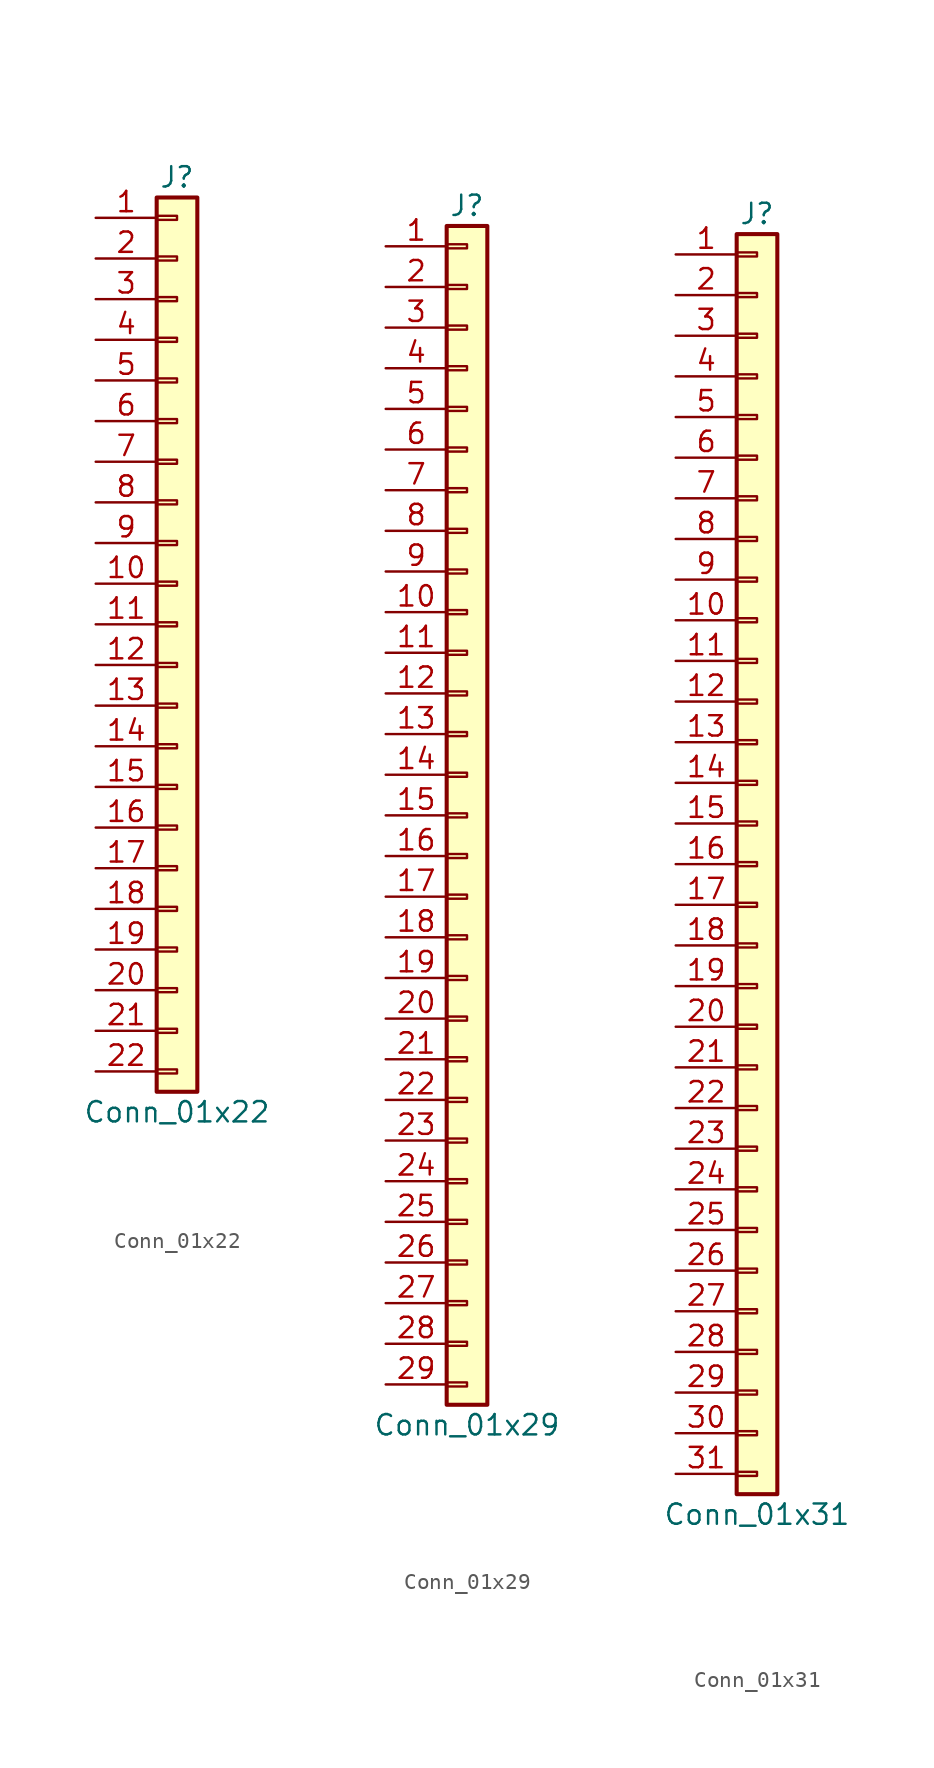
<source format=kicad_sym>
(kicad_symbol_lib
  (version 20211014)
  (generator kicad_symbol_editor)
  (symbol "Conn_01x22"
    (pin_names
      (offset 1.016) hide)
    (property "Reference" "J"
      (at 0 27.94 0)
      (effects (font (size 1.27 1.27))))
    (property "Value" "Conn_01x22"
      (at 0 -30.48 0)
      (effects (font (size 1.27 1.27))))
    (symbol "Conn_01x22_1_1"
      (rectangle (start -1.27 -27.813) (end 0 -28.067) (stroke (width 0.152) (type default) (color 0 0 0 0)) (fill (type none)))
      (rectangle (start -1.27 -25.273) (end 0 -25.527) (stroke (width 0.152) (type default) (color 0 0 0 0)) (fill (type none)))
      (rectangle (start -1.27 -22.733) (end 0 -22.987) (stroke (width 0.152) (type default) (color 0 0 0 0)) (fill (type none)))
      (rectangle (start -1.27 -20.193) (end 0 -20.447) (stroke (width 0.152) (type default) (color 0 0 0 0)) (fill (type none)))
      (rectangle (start -1.27 -17.653) (end 0 -17.907) (stroke (width 0.152) (type default) (color 0 0 0 0)) (fill (type none)))
      (rectangle (start -1.27 -15.113) (end 0 -15.367) (stroke (width 0.152) (type default) (color 0 0 0 0)) (fill (type none)))
      (rectangle (start -1.27 -12.573) (end 0 -12.827) (stroke (width 0.152) (type default) (color 0 0 0 0)) (fill (type none)))
      (rectangle (start -1.27 -10.033) (end 0 -10.287) (stroke (width 0.152) (type default) (color 0 0 0 0)) (fill (type none)))
      (rectangle (start -1.27 -7.493) (end 0 -7.747) (stroke (width 0.152) (type default) (color 0 0 0 0)) (fill (type none)))
      (rectangle (start -1.27 -4.953) (end 0 -5.207) (stroke (width 0.152) (type default) (color 0 0 0 0)) (fill (type none)))
      (rectangle (start -1.27 -2.413) (end 0 -2.667) (stroke (width 0.152) (type default) (color 0 0 0 0)) (fill (type none)))
      (rectangle (start -1.27 0.127) (end 0 -0.127) (stroke (width 0.152) (type default) (color 0 0 0 0)) (fill (type none)))
      (rectangle (start -1.27 2.667) (end 0 2.413) (stroke (width 0.152) (type default) (color 0 0 0 0)) (fill (type none)))
      (rectangle (start -1.27 5.207) (end 0 4.953) (stroke (width 0.152) (type default) (color 0 0 0 0)) (fill (type none)))
      (rectangle (start -1.27 7.747) (end 0 7.493) (stroke (width 0.152) (type default) (color 0 0 0 0)) (fill (type none)))
      (rectangle (start -1.27 10.287) (end 0 10.033) (stroke (width 0.152) (type default) (color 0 0 0 0)) (fill (type none)))
      (rectangle (start -1.27 12.827) (end 0 12.573) (stroke (width 0.152) (type default) (color 0 0 0 0)) (fill (type none)))
      (rectangle (start -1.27 15.367) (end 0 15.113) (stroke (width 0.152) (type default) (color 0 0 0 0)) (fill (type none)))
      (rectangle (start -1.27 17.907) (end 0 17.653) (stroke (width 0.152) (type default) (color 0 0 0 0)) (fill (type none)))
      (rectangle (start -1.27 20.447) (end 0 20.193) (stroke (width 0.152) (type default) (color 0 0 0 0)) (fill (type none)))
      (rectangle (start -1.27 22.987) (end 0 22.733) (stroke (width 0.152) (type default) (color 0 0 0 0)) (fill (type none)))
      (rectangle (start -1.27 25.527) (end 0 25.273) (stroke (width 0.152) (type default) (color 0 0 0 0)) (fill (type none)))
      (rectangle (start -1.27 26.67) (end 1.27 -29.21) (stroke (width 0.254) (type default) (color 0 0 0 0)) (fill (type background)))
      (pin passive line (at -5.08 25.4 0) (length 3.81) (name "Pin_1" (effects (font (size 1.27 1.27)))) (number "1" (effects (font (size 1.27 1.27)))))
      (pin passive line (at -5.08 2.54 0) (length 3.81) (name "Pin_10" (effects (font (size 1.27 1.27)))) (number "10" (effects (font (size 1.27 1.27)))))
      (pin passive line (at -5.08 0 0) (length 3.81) (name "Pin_11" (effects (font (size 1.27 1.27)))) (number "11" (effects (font (size 1.27 1.27)))))
      (pin passive line (at -5.08 -2.54 0) (length 3.81) (name "Pin_12" (effects (font (size 1.27 1.27)))) (number "12" (effects (font (size 1.27 1.27)))))
      (pin passive line (at -5.08 -5.08 0) (length 3.81) (name "Pin_13" (effects (font (size 1.27 1.27)))) (number "13" (effects (font (size 1.27 1.27)))))
      (pin passive line (at -5.08 -7.62 0) (length 3.81) (name "Pin_14" (effects (font (size 1.27 1.27)))) (number "14" (effects (font (size 1.27 1.27)))))
      (pin passive line (at -5.08 -10.16 0) (length 3.81) (name "Pin_15" (effects (font (size 1.27 1.27)))) (number "15" (effects (font (size 1.27 1.27)))))
      (pin passive line (at -5.08 -12.7 0) (length 3.81) (name "Pin_16" (effects (font (size 1.27 1.27)))) (number "16" (effects (font (size 1.27 1.27)))))
      (pin passive line (at -5.08 -15.24 0) (length 3.81) (name "Pin_17" (effects (font (size 1.27 1.27)))) (number "17" (effects (font (size 1.27 1.27)))))
      (pin passive line (at -5.08 -17.78 0) (length 3.81) (name "Pin_18" (effects (font (size 1.27 1.27)))) (number "18" (effects (font (size 1.27 1.27)))))
      (pin passive line (at -5.08 -20.32 0) (length 3.81) (name "Pin_19" (effects (font (size 1.27 1.27)))) (number "19" (effects (font (size 1.27 1.27)))))
      (pin passive line (at -5.08 22.86 0) (length 3.81) (name "Pin_2" (effects (font (size 1.27 1.27)))) (number "2" (effects (font (size 1.27 1.27)))))
      (pin passive line (at -5.08 -22.86 0) (length 3.81) (name "Pin_20" (effects (font (size 1.27 1.27)))) (number "20" (effects (font (size 1.27 1.27)))))
      (pin passive line (at -5.08 -25.4 0) (length 3.81) (name "Pin_21" (effects (font (size 1.27 1.27)))) (number "21" (effects (font (size 1.27 1.27)))))
      (pin passive line (at -5.08 -27.94 0) (length 3.81) (name "Pin_22" (effects (font (size 1.27 1.27)))) (number "22" (effects (font (size 1.27 1.27)))))
      (pin passive line (at -5.08 20.32 0) (length 3.81) (name "Pin_3" (effects (font (size 1.27 1.27)))) (number "3" (effects (font (size 1.27 1.27)))))
      (pin passive line (at -5.08 17.78 0) (length 3.81) (name "Pin_4" (effects (font (size 1.27 1.27)))) (number "4" (effects (font (size 1.27 1.27)))))
      (pin passive line (at -5.08 15.24 0) (length 3.81) (name "Pin_5" (effects (font (size 1.27 1.27)))) (number "5" (effects (font (size 1.27 1.27)))))
      (pin passive line (at -5.08 12.7 0) (length 3.81) (name "Pin_6" (effects (font (size 1.27 1.27)))) (number "6" (effects (font (size 1.27 1.27)))))
      (pin passive line (at -5.08 10.16 0) (length 3.81) (name "Pin_7" (effects (font (size 1.27 1.27)))) (number "7" (effects (font (size 1.27 1.27)))))
      (pin passive line (at -5.08 7.62 0) (length 3.81) (name "Pin_8" (effects (font (size 1.27 1.27)))) (number "8" (effects (font (size 1.27 1.27)))))
      (pin passive line (at -5.08 5.08 0) (length 3.81) (name "Pin_9" (effects (font (size 1.27 1.27)))) (number "9" (effects (font (size 1.27 1.27)))))))
  (symbol "Conn_01x29"
    (pin_names
      (offset 1.016) hide)
    (property "Reference" "J"
      (at 0 38.1 0)
      (effects (font (size 1.27 1.27))))
    (property "Value" "Conn_01x29"
      (at 0 -38.1 0)
      (effects (font (size 1.27 1.27))))
    (symbol "Conn_01x29_1_1"
      (rectangle (start -1.27 -35.433) (end 0 -35.687) (stroke (width 0.152) (type default) (color 0 0 0 0)) (fill (type none)))
      (rectangle (start -1.27 -32.893) (end 0 -33.147) (stroke (width 0.152) (type default) (color 0 0 0 0)) (fill (type none)))
      (rectangle (start -1.27 -30.353) (end 0 -30.607) (stroke (width 0.152) (type default) (color 0 0 0 0)) (fill (type none)))
      (rectangle (start -1.27 -27.813) (end 0 -28.067) (stroke (width 0.152) (type default) (color 0 0 0 0)) (fill (type none)))
      (rectangle (start -1.27 -25.273) (end 0 -25.527) (stroke (width 0.152) (type default) (color 0 0 0 0)) (fill (type none)))
      (rectangle (start -1.27 -22.733) (end 0 -22.987) (stroke (width 0.152) (type default) (color 0 0 0 0)) (fill (type none)))
      (rectangle (start -1.27 -20.193) (end 0 -20.447) (stroke (width 0.152) (type default) (color 0 0 0 0)) (fill (type none)))
      (rectangle (start -1.27 -17.653) (end 0 -17.907) (stroke (width 0.152) (type default) (color 0 0 0 0)) (fill (type none)))
      (rectangle (start -1.27 -15.113) (end 0 -15.367) (stroke (width 0.152) (type default) (color 0 0 0 0)) (fill (type none)))
      (rectangle (start -1.27 -12.573) (end 0 -12.827) (stroke (width 0.152) (type default) (color 0 0 0 0)) (fill (type none)))
      (rectangle (start -1.27 -10.033) (end 0 -10.287) (stroke (width 0.152) (type default) (color 0 0 0 0)) (fill (type none)))
      (rectangle (start -1.27 -7.493) (end 0 -7.747) (stroke (width 0.152) (type default) (color 0 0 0 0)) (fill (type none)))
      (rectangle (start -1.27 -4.953) (end 0 -5.207) (stroke (width 0.152) (type default) (color 0 0 0 0)) (fill (type none)))
      (rectangle (start -1.27 -2.413) (end 0 -2.667) (stroke (width 0.152) (type default) (color 0 0 0 0)) (fill (type none)))
      (rectangle (start -1.27 0.127) (end 0 -0.127) (stroke (width 0.152) (type default) (color 0 0 0 0)) (fill (type none)))
      (rectangle (start -1.27 2.667) (end 0 2.413) (stroke (width 0.152) (type default) (color 0 0 0 0)) (fill (type none)))
      (rectangle (start -1.27 5.207) (end 0 4.953) (stroke (width 0.152) (type default) (color 0 0 0 0)) (fill (type none)))
      (rectangle (start -1.27 7.747) (end 0 7.493) (stroke (width 0.152) (type default) (color 0 0 0 0)) (fill (type none)))
      (rectangle (start -1.27 10.287) (end 0 10.033) (stroke (width 0.152) (type default) (color 0 0 0 0)) (fill (type none)))
      (rectangle (start -1.27 12.827) (end 0 12.573) (stroke (width 0.152) (type default) (color 0 0 0 0)) (fill (type none)))
      (rectangle (start -1.27 15.367) (end 0 15.113) (stroke (width 0.152) (type default) (color 0 0 0 0)) (fill (type none)))
      (rectangle (start -1.27 17.907) (end 0 17.653) (stroke (width 0.152) (type default) (color 0 0 0 0)) (fill (type none)))
      (rectangle (start -1.27 20.447) (end 0 20.193) (stroke (width 0.152) (type default) (color 0 0 0 0)) (fill (type none)))
      (rectangle (start -1.27 22.987) (end 0 22.733) (stroke (width 0.152) (type default) (color 0 0 0 0)) (fill (type none)))
      (rectangle (start -1.27 25.527) (end 0 25.273) (stroke (width 0.152) (type default) (color 0 0 0 0)) (fill (type none)))
      (rectangle (start -1.27 28.067) (end 0 27.813) (stroke (width 0.152) (type default) (color 0 0 0 0)) (fill (type none)))
      (rectangle (start -1.27 30.607) (end 0 30.353) (stroke (width 0.152) (type default) (color 0 0 0 0)) (fill (type none)))
      (rectangle (start -1.27 33.147) (end 0 32.893) (stroke (width 0.152) (type default) (color 0 0 0 0)) (fill (type none)))
      (rectangle (start -1.27 35.687) (end 0 35.433) (stroke (width 0.152) (type default) (color 0 0 0 0)) (fill (type none)))
      (rectangle (start -1.27 36.83) (end 1.27 -36.83) (stroke (width 0.254) (type default) (color 0 0 0 0)) (fill (type background)))
      (pin passive line (at -5.08 35.56 0) (length 3.81) (name "Pin_1" (effects (font (size 1.27 1.27)))) (number "1" (effects (font (size 1.27 1.27)))))
      (pin passive line (at -5.08 12.7 0) (length 3.81) (name "Pin_10" (effects (font (size 1.27 1.27)))) (number "10" (effects (font (size 1.27 1.27)))))
      (pin passive line (at -5.08 10.16 0) (length 3.81) (name "Pin_11" (effects (font (size 1.27 1.27)))) (number "11" (effects (font (size 1.27 1.27)))))
      (pin passive line (at -5.08 7.62 0) (length 3.81) (name "Pin_12" (effects (font (size 1.27 1.27)))) (number "12" (effects (font (size 1.27 1.27)))))
      (pin passive line (at -5.08 5.08 0) (length 3.81) (name "Pin_13" (effects (font (size 1.27 1.27)))) (number "13" (effects (font (size 1.27 1.27)))))
      (pin passive line (at -5.08 2.54 0) (length 3.81) (name "Pin_14" (effects (font (size 1.27 1.27)))) (number "14" (effects (font (size 1.27 1.27)))))
      (pin passive line (at -5.08 0 0) (length 3.81) (name "Pin_15" (effects (font (size 1.27 1.27)))) (number "15" (effects (font (size 1.27 1.27)))))
      (pin passive line (at -5.08 -2.54 0) (length 3.81) (name "Pin_16" (effects (font (size 1.27 1.27)))) (number "16" (effects (font (size 1.27 1.27)))))
      (pin passive line (at -5.08 -5.08 0) (length 3.81) (name "Pin_17" (effects (font (size 1.27 1.27)))) (number "17" (effects (font (size 1.27 1.27)))))
      (pin passive line (at -5.08 -7.62 0) (length 3.81) (name "Pin_18" (effects (font (size 1.27 1.27)))) (number "18" (effects (font (size 1.27 1.27)))))
      (pin passive line (at -5.08 -10.16 0) (length 3.81) (name "Pin_19" (effects (font (size 1.27 1.27)))) (number "19" (effects (font (size 1.27 1.27)))))
      (pin passive line (at -5.08 33.02 0) (length 3.81) (name "Pin_2" (effects (font (size 1.27 1.27)))) (number "2" (effects (font (size 1.27 1.27)))))
      (pin passive line (at -5.08 -12.7 0) (length 3.81) (name "Pin_20" (effects (font (size 1.27 1.27)))) (number "20" (effects (font (size 1.27 1.27)))))
      (pin passive line (at -5.08 -15.24 0) (length 3.81) (name "Pin_21" (effects (font (size 1.27 1.27)))) (number "21" (effects (font (size 1.27 1.27)))))
      (pin passive line (at -5.08 -17.78 0) (length 3.81) (name "Pin_22" (effects (font (size 1.27 1.27)))) (number "22" (effects (font (size 1.27 1.27)))))
      (pin passive line (at -5.08 -20.32 0) (length 3.81) (name "Pin_23" (effects (font (size 1.27 1.27)))) (number "23" (effects (font (size 1.27 1.27)))))
      (pin passive line (at -5.08 -22.86 0) (length 3.81) (name "Pin_24" (effects (font (size 1.27 1.27)))) (number "24" (effects (font (size 1.27 1.27)))))
      (pin passive line (at -5.08 -25.4 0) (length 3.81) (name "Pin_25" (effects (font (size 1.27 1.27)))) (number "25" (effects (font (size 1.27 1.27)))))
      (pin passive line (at -5.08 -27.94 0) (length 3.81) (name "Pin_26" (effects (font (size 1.27 1.27)))) (number "26" (effects (font (size 1.27 1.27)))))
      (pin passive line (at -5.08 -30.48 0) (length 3.81) (name "Pin_27" (effects (font (size 1.27 1.27)))) (number "27" (effects (font (size 1.27 1.27)))))
      (pin passive line (at -5.08 -33.02 0) (length 3.81) (name "Pin_28" (effects (font (size 1.27 1.27)))) (number "28" (effects (font (size 1.27 1.27)))))
      (pin passive line (at -5.08 -35.56 0) (length 3.81) (name "Pin_29" (effects (font (size 1.27 1.27)))) (number "29" (effects (font (size 1.27 1.27)))))
      (pin passive line (at -5.08 30.48 0) (length 3.81) (name "Pin_3" (effects (font (size 1.27 1.27)))) (number "3" (effects (font (size 1.27 1.27)))))
      (pin passive line (at -5.08 27.94 0) (length 3.81) (name "Pin_4" (effects (font (size 1.27 1.27)))) (number "4" (effects (font (size 1.27 1.27)))))
      (pin passive line (at -5.08 25.4 0) (length 3.81) (name "Pin_5" (effects (font (size 1.27 1.27)))) (number "5" (effects (font (size 1.27 1.27)))))
      (pin passive line (at -5.08 22.86 0) (length 3.81) (name "Pin_6" (effects (font (size 1.27 1.27)))) (number "6" (effects (font (size 1.27 1.27)))))
      (pin passive line (at -5.08 20.32 0) (length 3.81) (name "Pin_7" (effects (font (size 1.27 1.27)))) (number "7" (effects (font (size 1.27 1.27)))))
      (pin passive line (at -5.08 17.78 0) (length 3.81) (name "Pin_8" (effects (font (size 1.27 1.27)))) (number "8" (effects (font (size 1.27 1.27)))))
      (pin passive line (at -5.08 15.24 0) (length 3.81) (name "Pin_9" (effects (font (size 1.27 1.27)))) (number "9" (effects (font (size 1.27 1.27)))))))
  (symbol "Conn_01x31"
    (pin_names
      (offset 1.016) hide)
    (property "Reference" "J"
      (at 0 40.64 0)
      (effects (font (size 1.27 1.27))))
    (property "Value" "Conn_01x31"
      (at 0 -40.64 0)
      (effects (font (size 1.27 1.27))))
    (symbol "Conn_01x31_1_1"
      (rectangle (start -1.27 -37.973) (end 0 -38.227) (stroke (width 0.152) (type default) (color 0 0 0 0)) (fill (type none)))
      (rectangle (start -1.27 -35.433) (end 0 -35.687) (stroke (width 0.152) (type default) (color 0 0 0 0)) (fill (type none)))
      (rectangle (start -1.27 -32.893) (end 0 -33.147) (stroke (width 0.152) (type default) (color 0 0 0 0)) (fill (type none)))
      (rectangle (start -1.27 -30.353) (end 0 -30.607) (stroke (width 0.152) (type default) (color 0 0 0 0)) (fill (type none)))
      (rectangle (start -1.27 -27.813) (end 0 -28.067) (stroke (width 0.152) (type default) (color 0 0 0 0)) (fill (type none)))
      (rectangle (start -1.27 -25.273) (end 0 -25.527) (stroke (width 0.152) (type default) (color 0 0 0 0)) (fill (type none)))
      (rectangle (start -1.27 -22.733) (end 0 -22.987) (stroke (width 0.152) (type default) (color 0 0 0 0)) (fill (type none)))
      (rectangle (start -1.27 -20.193) (end 0 -20.447) (stroke (width 0.152) (type default) (color 0 0 0 0)) (fill (type none)))
      (rectangle (start -1.27 -17.653) (end 0 -17.907) (stroke (width 0.152) (type default) (color 0 0 0 0)) (fill (type none)))
      (rectangle (start -1.27 -15.113) (end 0 -15.367) (stroke (width 0.152) (type default) (color 0 0 0 0)) (fill (type none)))
      (rectangle (start -1.27 -12.573) (end 0 -12.827) (stroke (width 0.152) (type default) (color 0 0 0 0)) (fill (type none)))
      (rectangle (start -1.27 -10.033) (end 0 -10.287) (stroke (width 0.152) (type default) (color 0 0 0 0)) (fill (type none)))
      (rectangle (start -1.27 -7.493) (end 0 -7.747) (stroke (width 0.152) (type default) (color 0 0 0 0)) (fill (type none)))
      (rectangle (start -1.27 -4.953) (end 0 -5.207) (stroke (width 0.152) (type default) (color 0 0 0 0)) (fill (type none)))
      (rectangle (start -1.27 -2.413) (end 0 -2.667) (stroke (width 0.152) (type default) (color 0 0 0 0)) (fill (type none)))
      (rectangle (start -1.27 0.127) (end 0 -0.127) (stroke (width 0.152) (type default) (color 0 0 0 0)) (fill (type none)))
      (rectangle (start -1.27 2.667) (end 0 2.413) (stroke (width 0.152) (type default) (color 0 0 0 0)) (fill (type none)))
      (rectangle (start -1.27 5.207) (end 0 4.953) (stroke (width 0.152) (type default) (color 0 0 0 0)) (fill (type none)))
      (rectangle (start -1.27 7.747) (end 0 7.493) (stroke (width 0.152) (type default) (color 0 0 0 0)) (fill (type none)))
      (rectangle (start -1.27 10.287) (end 0 10.033) (stroke (width 0.152) (type default) (color 0 0 0 0)) (fill (type none)))
      (rectangle (start -1.27 12.827) (end 0 12.573) (stroke (width 0.152) (type default) (color 0 0 0 0)) (fill (type none)))
      (rectangle (start -1.27 15.367) (end 0 15.113) (stroke (width 0.152) (type default) (color 0 0 0 0)) (fill (type none)))
      (rectangle (start -1.27 17.907) (end 0 17.653) (stroke (width 0.152) (type default) (color 0 0 0 0)) (fill (type none)))
      (rectangle (start -1.27 20.447) (end 0 20.193) (stroke (width 0.152) (type default) (color 0 0 0 0)) (fill (type none)))
      (rectangle (start -1.27 22.987) (end 0 22.733) (stroke (width 0.152) (type default) (color 0 0 0 0)) (fill (type none)))
      (rectangle (start -1.27 25.527) (end 0 25.273) (stroke (width 0.152) (type default) (color 0 0 0 0)) (fill (type none)))
      (rectangle (start -1.27 28.067) (end 0 27.813) (stroke (width 0.152) (type default) (color 0 0 0 0)) (fill (type none)))
      (rectangle (start -1.27 30.607) (end 0 30.353) (stroke (width 0.152) (type default) (color 0 0 0 0)) (fill (type none)))
      (rectangle (start -1.27 33.147) (end 0 32.893) (stroke (width 0.152) (type default) (color 0 0 0 0)) (fill (type none)))
      (rectangle (start -1.27 35.687) (end 0 35.433) (stroke (width 0.152) (type default) (color 0 0 0 0)) (fill (type none)))
      (rectangle (start -1.27 38.227) (end 0 37.973) (stroke (width 0.152) (type default) (color 0 0 0 0)) (fill (type none)))
      (rectangle (start -1.27 39.37) (end 1.27 -39.37) (stroke (width 0.254) (type default) (color 0 0 0 0)) (fill (type background)))
      (pin passive line (at -5.08 38.1 0) (length 3.81) (name "Pin_1" (effects (font (size 1.27 1.27)))) (number "1" (effects (font (size 1.27 1.27)))))
      (pin passive line (at -5.08 15.24 0) (length 3.81) (name "Pin_10" (effects (font (size 1.27 1.27)))) (number "10" (effects (font (size 1.27 1.27)))))
      (pin passive line (at -5.08 12.7 0) (length 3.81) (name "Pin_11" (effects (font (size 1.27 1.27)))) (number "11" (effects (font (size 1.27 1.27)))))
      (pin passive line (at -5.08 10.16 0) (length 3.81) (name "Pin_12" (effects (font (size 1.27 1.27)))) (number "12" (effects (font (size 1.27 1.27)))))
      (pin passive line (at -5.08 7.62 0) (length 3.81) (name "Pin_13" (effects (font (size 1.27 1.27)))) (number "13" (effects (font (size 1.27 1.27)))))
      (pin passive line (at -5.08 5.08 0) (length 3.81) (name "Pin_14" (effects (font (size 1.27 1.27)))) (number "14" (effects (font (size 1.27 1.27)))))
      (pin passive line (at -5.08 2.54 0) (length 3.81) (name "Pin_15" (effects (font (size 1.27 1.27)))) (number "15" (effects (font (size 1.27 1.27)))))
      (pin passive line (at -5.08 0 0) (length 3.81) (name "Pin_16" (effects (font (size 1.27 1.27)))) (number "16" (effects (font (size 1.27 1.27)))))
      (pin passive line (at -5.08 -2.54 0) (length 3.81) (name "Pin_17" (effects (font (size 1.27 1.27)))) (number "17" (effects (font (size 1.27 1.27)))))
      (pin passive line (at -5.08 -5.08 0) (length 3.81) (name "Pin_18" (effects (font (size 1.27 1.27)))) (number "18" (effects (font (size 1.27 1.27)))))
      (pin passive line (at -5.08 -7.62 0) (length 3.81) (name "Pin_19" (effects (font (size 1.27 1.27)))) (number "19" (effects (font (size 1.27 1.27)))))
      (pin passive line (at -5.08 35.56 0) (length 3.81) (name "Pin_2" (effects (font (size 1.27 1.27)))) (number "2" (effects (font (size 1.27 1.27)))))
      (pin passive line (at -5.08 -10.16 0) (length 3.81) (name "Pin_20" (effects (font (size 1.27 1.27)))) (number "20" (effects (font (size 1.27 1.27)))))
      (pin passive line (at -5.08 -12.7 0) (length 3.81) (name "Pin_21" (effects (font (size 1.27 1.27)))) (number "21" (effects (font (size 1.27 1.27)))))
      (pin passive line (at -5.08 -15.24 0) (length 3.81) (name "Pin_22" (effects (font (size 1.27 1.27)))) (number "22" (effects (font (size 1.27 1.27)))))
      (pin passive line (at -5.08 -17.78 0) (length 3.81) (name "Pin_23" (effects (font (size 1.27 1.27)))) (number "23" (effects (font (size 1.27 1.27)))))
      (pin passive line (at -5.08 -20.32 0) (length 3.81) (name "Pin_24" (effects (font (size 1.27 1.27)))) (number "24" (effects (font (size 1.27 1.27)))))
      (pin passive line (at -5.08 -22.86 0) (length 3.81) (name "Pin_25" (effects (font (size 1.27 1.27)))) (number "25" (effects (font (size 1.27 1.27)))))
      (pin passive line (at -5.08 -25.4 0) (length 3.81) (name "Pin_26" (effects (font (size 1.27 1.27)))) (number "26" (effects (font (size 1.27 1.27)))))
      (pin passive line (at -5.08 -27.94 0) (length 3.81) (name "Pin_27" (effects (font (size 1.27 1.27)))) (number "27" (effects (font (size 1.27 1.27)))))
      (pin passive line (at -5.08 -30.48 0) (length 3.81) (name "Pin_28" (effects (font (size 1.27 1.27)))) (number "28" (effects (font (size 1.27 1.27)))))
      (pin passive line (at -5.08 -33.02 0) (length 3.81) (name "Pin_29" (effects (font (size 1.27 1.27)))) (number "29" (effects (font (size 1.27 1.27)))))
      (pin passive line (at -5.08 33.02 0) (length 3.81) (name "Pin_3" (effects (font (size 1.27 1.27)))) (number "3" (effects (font (size 1.27 1.27)))))
      (pin passive line (at -5.08 -35.56 0) (length 3.81) (name "Pin_30" (effects (font (size 1.27 1.27)))) (number "30" (effects (font (size 1.27 1.27)))))
      (pin passive line (at -5.08 -38.1 0) (length 3.81) (name "Pin_31" (effects (font (size 1.27 1.27)))) (number "31" (effects (font (size 1.27 1.27)))))
      (pin passive line (at -5.08 30.48 0) (length 3.81) (name "Pin_4" (effects (font (size 1.27 1.27)))) (number "4" (effects (font (size 1.27 1.27)))))
      (pin passive line (at -5.08 27.94 0) (length 3.81) (name "Pin_5" (effects (font (size 1.27 1.27)))) (number "5" (effects (font (size 1.27 1.27)))))
      (pin passive line (at -5.08 25.4 0) (length 3.81) (name "Pin_6" (effects (font (size 1.27 1.27)))) (number "6" (effects (font (size 1.27 1.27)))))
      (pin passive line (at -5.08 22.86 0) (length 3.81) (name "Pin_7" (effects (font (size 1.27 1.27)))) (number "7" (effects (font (size 1.27 1.27)))))
      (pin passive line (at -5.08 20.32 0) (length 3.81) (name "Pin_8" (effects (font (size 1.27 1.27)))) (number "8" (effects (font (size 1.27 1.27)))))
      (pin passive line (at -5.08 17.78 0) (length 3.81) (name "Pin_9" (effects (font (size 1.27 1.27)))) (number "9" (effects (font (size 1.27 1.27))))))))
</source>
